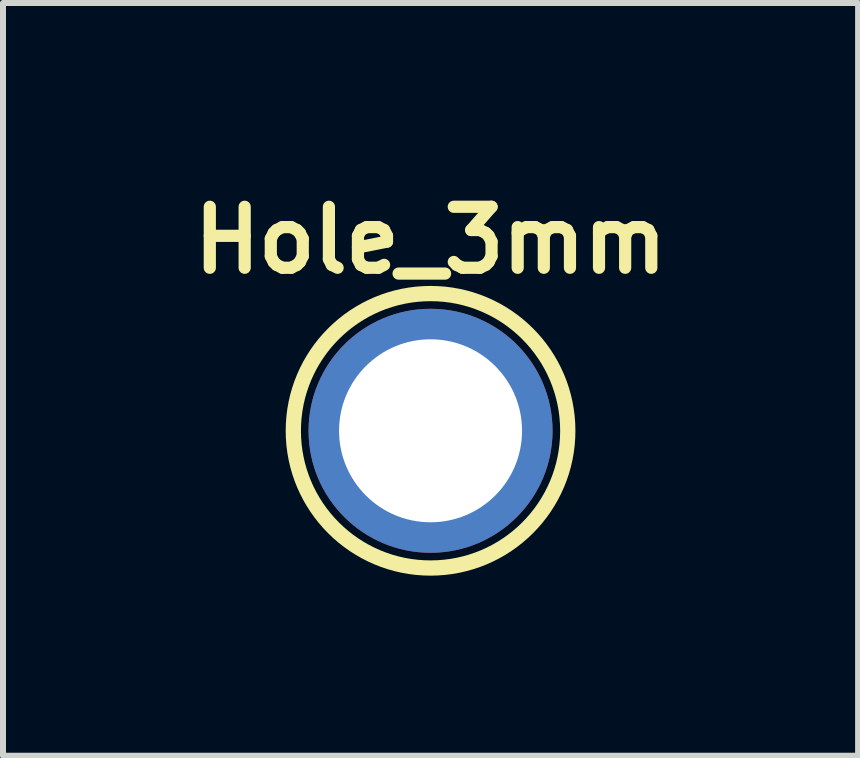
<source format=kicad_pcb>
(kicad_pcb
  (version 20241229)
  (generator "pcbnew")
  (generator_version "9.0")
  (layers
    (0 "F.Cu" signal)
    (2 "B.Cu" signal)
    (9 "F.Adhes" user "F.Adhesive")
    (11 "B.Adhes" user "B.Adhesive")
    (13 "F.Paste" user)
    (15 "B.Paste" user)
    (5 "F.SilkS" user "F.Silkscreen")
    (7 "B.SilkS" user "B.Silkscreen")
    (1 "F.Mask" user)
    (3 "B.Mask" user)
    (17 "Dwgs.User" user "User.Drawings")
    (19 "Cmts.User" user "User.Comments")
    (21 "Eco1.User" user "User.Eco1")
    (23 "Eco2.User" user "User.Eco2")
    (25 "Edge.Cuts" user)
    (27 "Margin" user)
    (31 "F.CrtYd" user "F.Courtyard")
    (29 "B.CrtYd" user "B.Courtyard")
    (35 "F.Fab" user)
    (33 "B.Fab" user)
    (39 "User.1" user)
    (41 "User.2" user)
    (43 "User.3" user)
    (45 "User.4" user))
  (footprint "Hole_3mm"
    (layer "F.Cu")
    (at 4.122 4.126)
    (property "Reference" "Hole_3mm" (at 0 -3.175 0) (layer "F.SilkS") (effects (font (size 1.016 1.016) (thickness 0.203))))
    (attr through_hole)
    (fp_circle (center 0 0) (end 0 -2.286) (stroke (width 0.254) (type solid)) (fill no) (layer "F.SilkS"))
    (pad "1" thru_hole circle (at 0 0) (size 4.064 4.064) (drill 3.048) (layers "*.Cu" "*.Mask")))
  (gr_rect
    (start -3 -3)
    (end 11.244 9.539)
    (stroke (width 0.1) (type default))
    (fill no)
    (layer "Edge.Cuts")))
</source>
